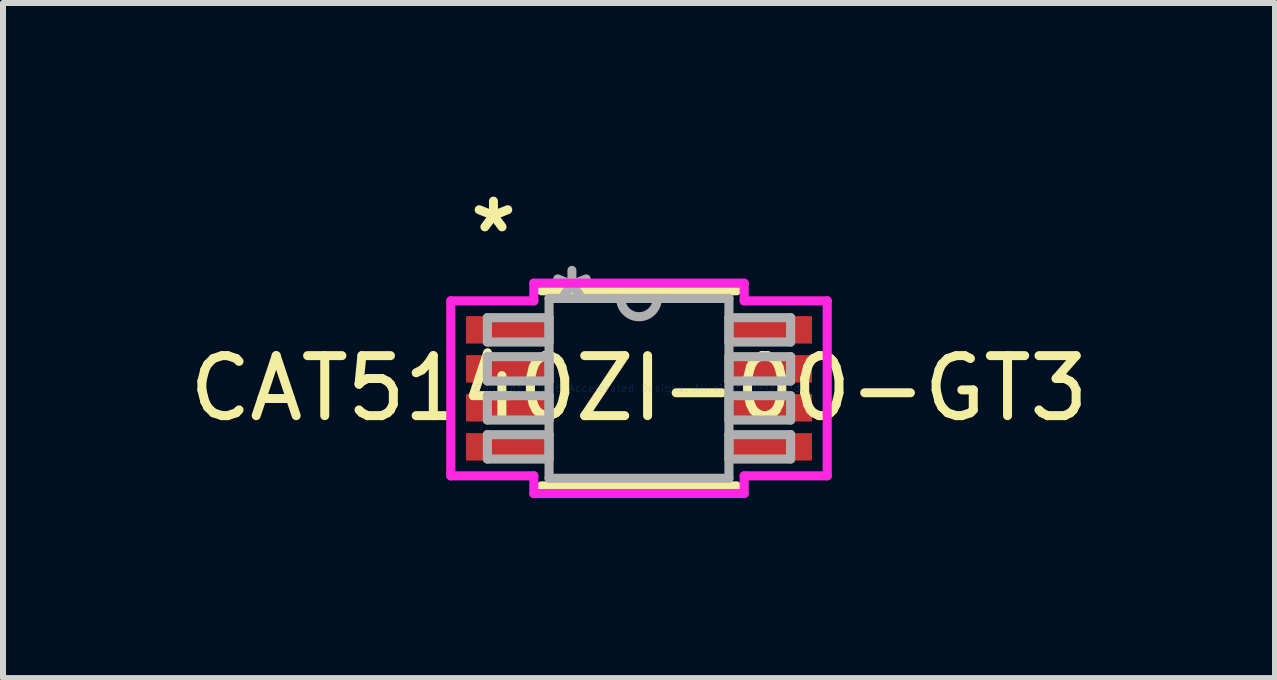
<source format=kicad_pcb>
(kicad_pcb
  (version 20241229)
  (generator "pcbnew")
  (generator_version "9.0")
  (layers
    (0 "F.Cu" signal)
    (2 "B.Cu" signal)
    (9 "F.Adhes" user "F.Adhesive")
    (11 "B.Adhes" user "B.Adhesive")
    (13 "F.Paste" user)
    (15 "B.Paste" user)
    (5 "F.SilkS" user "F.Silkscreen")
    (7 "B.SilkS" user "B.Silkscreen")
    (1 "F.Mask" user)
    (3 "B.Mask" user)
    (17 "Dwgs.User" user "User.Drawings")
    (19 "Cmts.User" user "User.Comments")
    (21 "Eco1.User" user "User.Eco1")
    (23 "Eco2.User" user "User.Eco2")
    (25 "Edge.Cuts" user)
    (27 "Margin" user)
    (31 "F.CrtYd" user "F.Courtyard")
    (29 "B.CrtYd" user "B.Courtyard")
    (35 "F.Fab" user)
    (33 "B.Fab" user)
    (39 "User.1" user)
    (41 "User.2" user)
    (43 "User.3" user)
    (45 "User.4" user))
  (footprint "CAT5140ZI-00-GT3"
    (layer "F.Cu")
    (at 7.601 3.423)
    (property "Reference" "CAT5140ZI-00-GT3" (at 0 0 0) (layer "F.SilkS") (effects (font (size 1 1) (thickness 0.15))))
    (attr through_hole)
    (fp_line (start -1.626 1.626) (end 1.626 1.626) (stroke (width 0.152) (type solid)) (layer "F.SilkS"))
    (fp_line (start 1.626 -1.626) (end -1.626 -1.626) (stroke (width 0.152) (type solid)) (layer "F.SilkS"))
    (fp_line (start -3.137 -1.458) (end -1.753 -1.458) (stroke (width 0.152) (type solid)) (layer "F.CrtYd"))
    (fp_line (start -3.137 1.458) (end -3.137 -1.458) (stroke (width 0.152) (type solid)) (layer "F.CrtYd"))
    (fp_line (start -1.753 -1.753) (end 1.753 -1.753) (stroke (width 0.152) (type solid)) (layer "F.CrtYd"))
    (fp_line (start -1.753 -1.458) (end -1.753 -1.753) (stroke (width 0.152) (type solid)) (layer "F.CrtYd"))
    (fp_line (start -1.753 1.458) (end -3.137 1.458) (stroke (width 0.152) (type solid)) (layer "F.CrtYd"))
    (fp_line (start -1.753 1.753) (end -1.753 1.458) (stroke (width 0.152) (type solid)) (layer "F.CrtYd"))
    (fp_line (start 1.753 -1.753) (end 1.753 -1.458) (stroke (width 0.152) (type solid)) (layer "F.CrtYd"))
    (fp_line (start 1.753 -1.458) (end 3.137 -1.458) (stroke (width 0.152) (type solid)) (layer "F.CrtYd"))
    (fp_line (start 1.753 1.458) (end 1.753 1.753) (stroke (width 0.152) (type solid)) (layer "F.CrtYd"))
    (fp_line (start 1.753 1.753) (end -1.753 1.753) (stroke (width 0.152) (type solid)) (layer "F.CrtYd"))
    (fp_line (start 3.137 -1.458) (end 3.137 1.458) (stroke (width 0.152) (type solid)) (layer "F.CrtYd"))
    (fp_line (start 3.137 1.458) (end 1.753 1.458) (stroke (width 0.152) (type solid)) (layer "F.CrtYd"))
    (fp_line (start -2.527 -1.178) (end -2.527 -0.772) (stroke (width 0.152) (type solid)) (layer "F.Fab"))
    (fp_line (start -2.527 -0.772) (end -1.499 -0.772) (stroke (width 0.152) (type solid)) (layer "F.Fab"))
    (fp_line (start -2.527 -0.528) (end -2.527 -0.122) (stroke (width 0.152) (type solid)) (layer "F.Fab"))
    (fp_line (start -2.527 -0.122) (end -1.499 -0.122) (stroke (width 0.152) (type solid)) (layer "F.Fab"))
    (fp_line (start -2.527 0.122) (end -2.527 0.528) (stroke (width 0.152) (type solid)) (layer "F.Fab"))
    (fp_line (start -2.527 0.528) (end -1.499 0.528) (stroke (width 0.152) (type solid)) (layer "F.Fab"))
    (fp_line (start -2.527 0.772) (end -2.527 1.178) (stroke (width 0.152) (type solid)) (layer "F.Fab"))
    (fp_line (start -2.527 1.178) (end -1.499 1.178) (stroke (width 0.152) (type solid)) (layer "F.Fab"))
    (fp_line (start -1.499 -1.499) (end -1.499 1.499) (stroke (width 0.152) (type solid)) (layer "F.Fab"))
    (fp_line (start -1.499 -1.178) (end -2.527 -1.178) (stroke (width 0.152) (type solid)) (layer "F.Fab"))
    (fp_line (start -1.499 -0.772) (end -1.499 -1.178) (stroke (width 0.152) (type solid)) (layer "F.Fab"))
    (fp_line (start -1.499 -0.528) (end -2.527 -0.528) (stroke (width 0.152) (type solid)) (layer "F.Fab"))
    (fp_line (start -1.499 -0.122) (end -1.499 -0.528) (stroke (width 0.152) (type solid)) (layer "F.Fab"))
    (fp_line (start -1.499 0.122) (end -2.527 0.122) (stroke (width 0.152) (type solid)) (layer "F.Fab"))
    (fp_line (start -1.499 0.528) (end -1.499 0.122) (stroke (width 0.152) (type solid)) (layer "F.Fab"))
    (fp_line (start -1.499 0.772) (end -2.527 0.772) (stroke (width 0.152) (type solid)) (layer "F.Fab"))
    (fp_line (start -1.499 1.178) (end -1.499 0.772) (stroke (width 0.152) (type solid)) (layer "F.Fab"))
    (fp_line (start -1.499 1.499) (end 1.499 1.499) (stroke (width 0.152) (type solid)) (layer "F.Fab"))
    (fp_line (start 1.499 -1.499) (end -1.499 -1.499) (stroke (width 0.152) (type solid)) (layer "F.Fab"))
    (fp_line (start 1.499 -1.178) (end 1.499 -0.772) (stroke (width 0.152) (type solid)) (layer "F.Fab"))
    (fp_line (start 1.499 -0.772) (end 2.527 -0.772) (stroke (width 0.152) (type solid)) (layer "F.Fab"))
    (fp_line (start 1.499 -0.528) (end 1.499 -0.122) (stroke (width 0.152) (type solid)) (layer "F.Fab"))
    (fp_line (start 1.499 -0.122) (end 2.527 -0.122) (stroke (width 0.152) (type solid)) (layer "F.Fab"))
    (fp_line (start 1.499 0.122) (end 1.499 0.528) (stroke (width 0.152) (type solid)) (layer "F.Fab"))
    (fp_line (start 1.499 0.528) (end 2.527 0.528) (stroke (width 0.152) (type solid)) (layer "F.Fab"))
    (fp_line (start 1.499 0.772) (end 1.499 1.178) (stroke (width 0.152) (type solid)) (layer "F.Fab"))
    (fp_line (start 1.499 1.178) (end 2.527 1.178) (stroke (width 0.152) (type solid)) (layer "F.Fab"))
    (fp_line (start 1.499 1.499) (end 1.499 -1.499) (stroke (width 0.152) (type solid)) (layer "F.Fab"))
    (fp_line (start 2.527 -1.178) (end 1.499 -1.178) (stroke (width 0.152) (type solid)) (layer "F.Fab"))
    (fp_line (start 2.527 -0.772) (end 2.527 -1.178) (stroke (width 0.152) (type solid)) (layer "F.Fab"))
    (fp_line (start 2.527 -0.528) (end 1.499 -0.528) (stroke (width 0.152) (type solid)) (layer "F.Fab"))
    (fp_line (start 2.527 -0.122) (end 2.527 -0.528) (stroke (width 0.152) (type solid)) (layer "F.Fab"))
    (fp_line (start 2.527 0.122) (end 1.499 0.122) (stroke (width 0.152) (type solid)) (layer "F.Fab"))
    (fp_line (start 2.527 0.528) (end 2.527 0.122) (stroke (width 0.152) (type solid)) (layer "F.Fab"))
    (fp_line (start 2.527 0.772) (end 1.499 0.772) (stroke (width 0.152) (type solid)) (layer "F.Fab"))
    (fp_line (start 2.527 1.178) (end 2.527 0.772) (stroke (width 0.152) (type solid)) (layer "F.Fab"))
    (fp_arc (start 0.3048 -1.4986) (mid 0 -1.1938) (end -0.3048 -1.4986) (stroke (width 0.1524) (type solid)) (layer "F.Fab"))
    (fp_text user "*" (at -2.426 -2.575 0) (layer "F.SilkS") (effects (font (size 1 1) (thickness 0.15))))
    (fp_text user "Copyright 2016 Accelerated Designs. All rights reserved." (at 0 0 0) (layer "Cmts.User") (effects (font (size 0.127 0.127) (thickness 0.002))))
    (fp_text user "*" (at -1.118 -1.422 0) (layer "F.Fab") (effects (font (size 1 1) (thickness 0.15))))
    (pad "1" smd rect (at -2.172 -0.975) (size 1.422 0.457) (layers "F.Cu" "F.Mask" "F.Paste"))
    (pad "2" smd rect (at -2.172 -0.325) (size 1.422 0.457) (layers "F.Cu" "F.Mask" "F.Paste"))
    (pad "3" smd rect (at -2.172 0.325) (size 1.422 0.457) (layers "F.Cu" "F.Mask" "F.Paste"))
    (pad "4" smd rect (at -2.172 0.975) (size 1.422 0.457) (layers "F.Cu" "F.Mask" "F.Paste"))
    (pad "5" smd rect (at 2.172 0.975) (size 1.422 0.457) (layers "F.Cu" "F.Mask" "F.Paste"))
    (pad "6" smd rect (at 2.172 0.325) (size 1.422 0.457) (layers "F.Cu" "F.Mask" "F.Paste"))
    (pad "7" smd rect (at 2.172 -0.325) (size 1.422 0.457) (layers "F.Cu" "F.Mask" "F.Paste"))
    (pad "8" smd rect (at 2.172 -0.975) (size 1.422 0.457) (layers "F.Cu" "F.Mask" "F.Paste")))
  (gr_rect
    (start -3 -3)
    (end 18.202 8.252)
    (stroke (width 0.1) (type default))
    (fill no)
    (layer "Edge.Cuts")))
</source>
